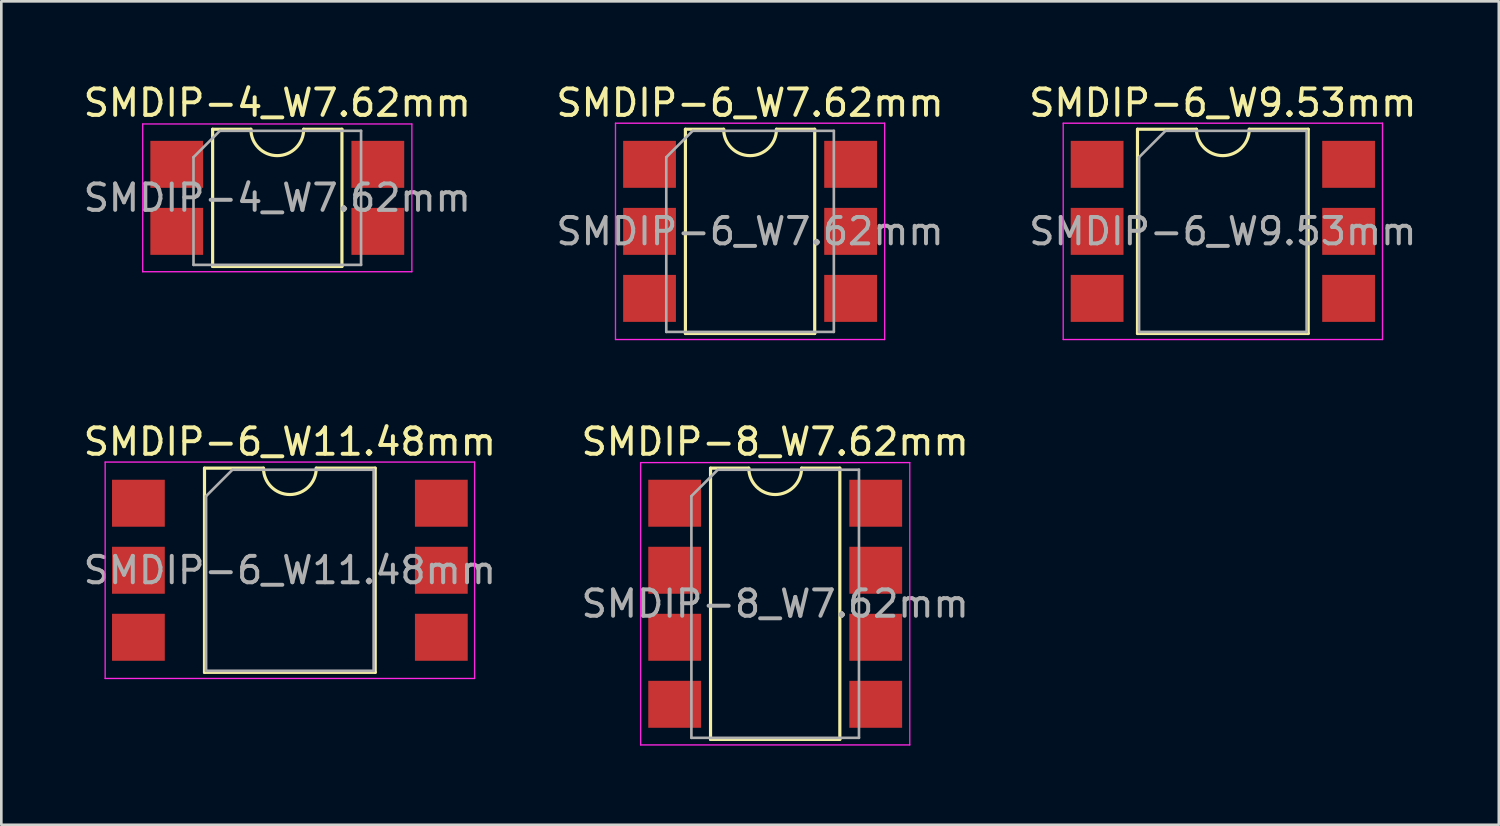
<source format=kicad_pcb>
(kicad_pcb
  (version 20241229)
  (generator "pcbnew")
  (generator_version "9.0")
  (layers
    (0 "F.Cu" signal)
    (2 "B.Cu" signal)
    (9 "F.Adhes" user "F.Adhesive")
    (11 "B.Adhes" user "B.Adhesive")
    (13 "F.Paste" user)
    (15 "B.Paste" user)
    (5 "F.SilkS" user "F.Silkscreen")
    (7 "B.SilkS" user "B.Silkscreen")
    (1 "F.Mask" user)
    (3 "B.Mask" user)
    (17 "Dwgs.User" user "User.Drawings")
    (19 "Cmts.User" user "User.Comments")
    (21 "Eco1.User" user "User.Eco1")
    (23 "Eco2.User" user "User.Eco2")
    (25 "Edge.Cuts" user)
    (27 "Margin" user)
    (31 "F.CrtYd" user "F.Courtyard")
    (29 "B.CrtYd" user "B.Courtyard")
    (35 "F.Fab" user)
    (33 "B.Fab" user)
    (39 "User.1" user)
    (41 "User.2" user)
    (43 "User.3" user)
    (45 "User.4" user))
  (footprint "SMDIP-6_W9.53mm"
    (layer "F.Cu")
    (at 43.292 5.718)
    (property "Reference" "SMDIP-6_W9.53mm" (at 0 -4.87 0) (layer "F.SilkS") (effects (font (size 1 1) (thickness 0.15))))
    (attr smd)
    (fp_line (start -3.235 -3.87) (end -3.235 3.87) (stroke (width 0.12) (type solid)) (layer "F.SilkS"))
    (fp_line (start -3.235 3.87) (end 3.235 3.87) (stroke (width 0.12) (type solid)) (layer "F.SilkS"))
    (fp_line (start -1 -3.87) (end -3.235 -3.87) (stroke (width 0.12) (type solid)) (layer "F.SilkS"))
    (fp_line (start 3.235 -3.87) (end 1 -3.87) (stroke (width 0.12) (type solid)) (layer "F.SilkS"))
    (fp_line (start 3.235 3.87) (end 3.235 -3.87) (stroke (width 0.12) (type solid)) (layer "F.SilkS"))
    (fp_arc (start 1 -3.87) (mid 0 -2.87) (end -1 -3.87) (stroke (width 0.12) (type solid)) (layer "F.SilkS"))
    (fp_line (start -6.05 -4.1) (end -6.05 4.1) (stroke (width 0.05) (type solid)) (layer "F.CrtYd"))
    (fp_line (start -6.05 4.1) (end 6.05 4.1) (stroke (width 0.05) (type solid)) (layer "F.CrtYd"))
    (fp_line (start 6.05 -4.1) (end -6.05 -4.1) (stroke (width 0.05) (type solid)) (layer "F.CrtYd"))
    (fp_line (start 6.05 4.1) (end 6.05 -4.1) (stroke (width 0.05) (type solid)) (layer "F.CrtYd"))
    (fp_line (start -3.175 -2.81) (end -2.175 -3.81) (stroke (width 0.1) (type solid)) (layer "F.Fab"))
    (fp_line (start -3.175 3.81) (end -3.175 -2.81) (stroke (width 0.1) (type solid)) (layer "F.Fab"))
    (fp_line (start -2.175 -3.81) (end 3.175 -3.81) (stroke (width 0.1) (type solid)) (layer "F.Fab"))
    (fp_line (start 3.175 -3.81) (end 3.175 3.81) (stroke (width 0.1) (type solid)) (layer "F.Fab"))
    (fp_line (start 3.175 3.81) (end -3.175 3.81) (stroke (width 0.1) (type solid)) (layer "F.Fab"))
    (fp_text user "${REFERENCE}" (at 0 0 0) (layer "F.Fab") (effects (font (size 1 1) (thickness 0.15))))
    (pad "1" smd rect (at -4.765 -2.54) (size 2 1.78) (layers "F.Cu" "F.Mask" "F.Paste"))
    (pad "2" smd rect (at -4.765 0) (size 2 1.78) (layers "F.Cu" "F.Mask" "F.Paste"))
    (pad "3" smd rect (at -4.765 2.54) (size 2 1.78) (layers "F.Cu" "F.Mask" "F.Paste"))
    (pad "4" smd rect (at 4.765 2.54) (size 2 1.78) (layers "F.Cu" "F.Mask" "F.Paste"))
    (pad "5" smd rect (at 4.765 0) (size 2 1.78) (layers "F.Cu" "F.Mask" "F.Paste"))
    (pad "6" smd rect (at 4.765 -2.54) (size 2 1.78) (layers "F.Cu" "F.Mask" "F.Paste")))
  (footprint "SMDIP-6_W7.62mm"
    (layer "F.Cu")
    (at 25.375 5.718)
    (property "Reference" "SMDIP-6_W7.62mm" (at 0 -4.87 0) (layer "F.SilkS") (effects (font (size 1 1) (thickness 0.15))))
    (attr smd)
    (fp_line (start -2.45 -3.87) (end -2.45 3.87) (stroke (width 0.12) (type solid)) (layer "F.SilkS"))
    (fp_line (start -2.45 3.87) (end 2.45 3.87) (stroke (width 0.12) (type solid)) (layer "F.SilkS"))
    (fp_line (start -1 -3.87) (end -2.45 -3.87) (stroke (width 0.12) (type solid)) (layer "F.SilkS"))
    (fp_line (start 2.45 -3.87) (end 1 -3.87) (stroke (width 0.12) (type solid)) (layer "F.SilkS"))
    (fp_line (start 2.45 3.87) (end 2.45 -3.87) (stroke (width 0.12) (type solid)) (layer "F.SilkS"))
    (fp_arc (start 1 -3.87) (mid 0 -2.87) (end -1 -3.87) (stroke (width 0.12) (type solid)) (layer "F.SilkS"))
    (fp_line (start -5.1 -4.1) (end -5.1 4.1) (stroke (width 0.05) (type solid)) (layer "F.CrtYd"))
    (fp_line (start -5.1 4.1) (end 5.1 4.1) (stroke (width 0.05) (type solid)) (layer "F.CrtYd"))
    (fp_line (start 5.1 -4.1) (end -5.1 -4.1) (stroke (width 0.05) (type solid)) (layer "F.CrtYd"))
    (fp_line (start 5.1 4.1) (end 5.1 -4.1) (stroke (width 0.05) (type solid)) (layer "F.CrtYd"))
    (fp_line (start -3.175 -2.81) (end -2.175 -3.81) (stroke (width 0.1) (type solid)) (layer "F.Fab"))
    (fp_line (start -3.175 3.81) (end -3.175 -2.81) (stroke (width 0.1) (type solid)) (layer "F.Fab"))
    (fp_line (start -2.175 -3.81) (end 3.175 -3.81) (stroke (width 0.1) (type solid)) (layer "F.Fab"))
    (fp_line (start 3.175 -3.81) (end 3.175 3.81) (stroke (width 0.1) (type solid)) (layer "F.Fab"))
    (fp_line (start 3.175 3.81) (end -3.175 3.81) (stroke (width 0.1) (type solid)) (layer "F.Fab"))
    (fp_text user "${REFERENCE}" (at 0 0 0) (layer "F.Fab") (effects (font (size 1 1) (thickness 0.15))))
    (pad "1" smd rect (at -3.81 -2.54) (size 2 1.78) (layers "F.Cu" "F.Mask" "F.Paste"))
    (pad "2" smd rect (at -3.81 0) (size 2 1.78) (layers "F.Cu" "F.Mask" "F.Paste"))
    (pad "3" smd rect (at -3.81 2.54) (size 2 1.78) (layers "F.Cu" "F.Mask" "F.Paste"))
    (pad "4" smd rect (at 3.81 2.54) (size 2 1.78) (layers "F.Cu" "F.Mask" "F.Paste"))
    (pad "5" smd rect (at 3.81 0) (size 2 1.78) (layers "F.Cu" "F.Mask" "F.Paste"))
    (pad "6" smd rect (at 3.81 -2.54) (size 2 1.78) (layers "F.Cu" "F.Mask" "F.Paste")))
  (footprint "SMDIP-4_W7.62mm"
    (layer "F.Cu")
    (at 7.458 4.448)
    (property "Reference" "SMDIP-4_W7.62mm" (at 0 -3.6 0) (layer "F.SilkS") (effects (font (size 1 1) (thickness 0.15))))
    (attr smd)
    (fp_line (start -2.45 -2.6) (end -2.45 2.6) (stroke (width 0.12) (type solid)) (layer "F.SilkS"))
    (fp_line (start -2.45 2.6) (end 2.45 2.6) (stroke (width 0.12) (type solid)) (layer "F.SilkS"))
    (fp_line (start -1 -2.6) (end -2.45 -2.6) (stroke (width 0.12) (type solid)) (layer "F.SilkS"))
    (fp_line (start 2.45 -2.6) (end 1 -2.6) (stroke (width 0.12) (type solid)) (layer "F.SilkS"))
    (fp_line (start 2.45 2.6) (end 2.45 -2.6) (stroke (width 0.12) (type solid)) (layer "F.SilkS"))
    (fp_arc (start 1 -2.6) (mid 0 -1.6) (end -1 -2.6) (stroke (width 0.12) (type solid)) (layer "F.SilkS"))
    (fp_line (start -5.1 -2.8) (end -5.1 2.8) (stroke (width 0.05) (type solid)) (layer "F.CrtYd"))
    (fp_line (start -5.1 2.8) (end 5.1 2.8) (stroke (width 0.05) (type solid)) (layer "F.CrtYd"))
    (fp_line (start 5.1 -2.8) (end -5.1 -2.8) (stroke (width 0.05) (type solid)) (layer "F.CrtYd"))
    (fp_line (start 5.1 2.8) (end 5.1 -2.8) (stroke (width 0.05) (type solid)) (layer "F.CrtYd"))
    (fp_line (start -3.175 -1.54) (end -2.175 -2.54) (stroke (width 0.1) (type solid)) (layer "F.Fab"))
    (fp_line (start -3.175 2.54) (end -3.175 -1.54) (stroke (width 0.1) (type solid)) (layer "F.Fab"))
    (fp_line (start -2.175 -2.54) (end 3.175 -2.54) (stroke (width 0.1) (type solid)) (layer "F.Fab"))
    (fp_line (start 3.175 -2.54) (end 3.175 2.54) (stroke (width 0.1) (type solid)) (layer "F.Fab"))
    (fp_line (start 3.175 2.54) (end -3.175 2.54) (stroke (width 0.1) (type solid)) (layer "F.Fab"))
    (fp_text user "${REFERENCE}" (at 0 0 0) (layer "F.Fab") (effects (font (size 1 1) (thickness 0.15))))
    (pad "1" smd rect (at -3.81 -1.27) (size 2 1.78) (layers "F.Cu" "F.Mask" "F.Paste"))
    (pad "2" smd rect (at -3.81 1.27) (size 2 1.78) (layers "F.Cu" "F.Mask" "F.Paste"))
    (pad "3" smd rect (at 3.81 1.27) (size 2 1.78) (layers "F.Cu" "F.Mask" "F.Paste"))
    (pad "4" smd rect (at 3.81 -1.27) (size 2 1.78) (layers "F.Cu" "F.Mask" "F.Paste")))
  (footprint "SMDIP-8_W7.62mm"
    (layer "F.Cu")
    (at 26.327 19.831)
    (property "Reference" "SMDIP-8_W7.62mm" (at 0 -6.14 0) (layer "F.SilkS") (effects (font (size 1 1) (thickness 0.15))))
    (attr smd)
    (fp_line (start -2.45 -5.14) (end -2.45 5.14) (stroke (width 0.12) (type solid)) (layer "F.SilkS"))
    (fp_line (start -2.45 5.14) (end 2.45 5.14) (stroke (width 0.12) (type solid)) (layer "F.SilkS"))
    (fp_line (start -1 -5.14) (end -2.45 -5.14) (stroke (width 0.12) (type solid)) (layer "F.SilkS"))
    (fp_line (start 2.45 -5.14) (end 1 -5.14) (stroke (width 0.12) (type solid)) (layer "F.SilkS"))
    (fp_line (start 2.45 5.14) (end 2.45 -5.14) (stroke (width 0.12) (type solid)) (layer "F.SilkS"))
    (fp_arc (start 1 -5.14) (mid 0 -4.14) (end -1 -5.14) (stroke (width 0.12) (type solid)) (layer "F.SilkS"))
    (fp_line (start -5.1 -5.35) (end -5.1 5.35) (stroke (width 0.05) (type solid)) (layer "F.CrtYd"))
    (fp_line (start -5.1 5.35) (end 5.1 5.35) (stroke (width 0.05) (type solid)) (layer "F.CrtYd"))
    (fp_line (start 5.1 -5.35) (end -5.1 -5.35) (stroke (width 0.05) (type solid)) (layer "F.CrtYd"))
    (fp_line (start 5.1 5.35) (end 5.1 -5.35) (stroke (width 0.05) (type solid)) (layer "F.CrtYd"))
    (fp_line (start -3.175 -4.08) (end -2.175 -5.08) (stroke (width 0.1) (type solid)) (layer "F.Fab"))
    (fp_line (start -3.175 5.08) (end -3.175 -4.08) (stroke (width 0.1) (type solid)) (layer "F.Fab"))
    (fp_line (start -2.175 -5.08) (end 3.175 -5.08) (stroke (width 0.1) (type solid)) (layer "F.Fab"))
    (fp_line (start 3.175 -5.08) (end 3.175 5.08) (stroke (width 0.1) (type solid)) (layer "F.Fab"))
    (fp_line (start 3.175 5.08) (end -3.175 5.08) (stroke (width 0.1) (type solid)) (layer "F.Fab"))
    (fp_text user "${REFERENCE}" (at 0 0 0) (layer "F.Fab") (effects (font (size 1 1) (thickness 0.15))))
    (pad "1" smd rect (at -3.81 -3.81) (size 2 1.78) (layers "F.Cu" "F.Mask" "F.Paste"))
    (pad "2" smd rect (at -3.81 -1.27) (size 2 1.78) (layers "F.Cu" "F.Mask" "F.Paste"))
    (pad "3" smd rect (at -3.81 1.27) (size 2 1.78) (layers "F.Cu" "F.Mask" "F.Paste"))
    (pad "4" smd rect (at -3.81 3.81) (size 2 1.78) (layers "F.Cu" "F.Mask" "F.Paste"))
    (pad "5" smd rect (at 3.81 3.81) (size 2 1.78) (layers "F.Cu" "F.Mask" "F.Paste"))
    (pad "6" smd rect (at 3.81 1.27) (size 2 1.78) (layers "F.Cu" "F.Mask" "F.Paste"))
    (pad "7" smd rect (at 3.81 -1.27) (size 2 1.78) (layers "F.Cu" "F.Mask" "F.Paste"))
    (pad "8" smd rect (at 3.81 -3.81) (size 2 1.78) (layers "F.Cu" "F.Mask" "F.Paste")))
  (footprint "SMDIP-6_W11.48mm"
    (layer "F.Cu")
    (at 7.935 18.561)
    (property "Reference" "SMDIP-6_W11.48mm" (at 0 -4.87 0) (layer "F.SilkS") (effects (font (size 1 1) (thickness 0.15))))
    (attr smd)
    (fp_line (start -3.235 -3.87) (end -3.235 3.87) (stroke (width 0.12) (type solid)) (layer "F.SilkS"))
    (fp_line (start -3.235 3.87) (end 3.235 3.87) (stroke (width 0.12) (type solid)) (layer "F.SilkS"))
    (fp_line (start -1 -3.87) (end -3.235 -3.87) (stroke (width 0.12) (type solid)) (layer "F.SilkS"))
    (fp_line (start 3.235 -3.87) (end 1 -3.87) (stroke (width 0.12) (type solid)) (layer "F.SilkS"))
    (fp_line (start 3.235 3.87) (end 3.235 -3.87) (stroke (width 0.12) (type solid)) (layer "F.SilkS"))
    (fp_arc (start 1 -3.87) (mid 0 -2.87) (end -1 -3.87) (stroke (width 0.12) (type solid)) (layer "F.SilkS"))
    (fp_line (start -7 -4.1) (end -7 4.1) (stroke (width 0.05) (type solid)) (layer "F.CrtYd"))
    (fp_line (start -7 4.1) (end 7 4.1) (stroke (width 0.05) (type solid)) (layer "F.CrtYd"))
    (fp_line (start 7 -4.1) (end -7 -4.1) (stroke (width 0.05) (type solid)) (layer "F.CrtYd"))
    (fp_line (start 7 4.1) (end 7 -4.1) (stroke (width 0.05) (type solid)) (layer "F.CrtYd"))
    (fp_line (start -3.175 -2.81) (end -2.175 -3.81) (stroke (width 0.1) (type solid)) (layer "F.Fab"))
    (fp_line (start -3.175 3.81) (end -3.175 -2.81) (stroke (width 0.1) (type solid)) (layer "F.Fab"))
    (fp_line (start -2.175 -3.81) (end 3.175 -3.81) (stroke (width 0.1) (type solid)) (layer "F.Fab"))
    (fp_line (start 3.175 -3.81) (end 3.175 3.81) (stroke (width 0.1) (type solid)) (layer "F.Fab"))
    (fp_line (start 3.175 3.81) (end -3.175 3.81) (stroke (width 0.1) (type solid)) (layer "F.Fab"))
    (fp_text user "${REFERENCE}" (at 0 0 0) (layer "F.Fab") (effects (font (size 1 1) (thickness 0.15))))
    (pad "1" smd rect (at -5.74 -2.54) (size 2 1.78) (layers "F.Cu" "F.Mask" "F.Paste"))
    (pad "2" smd rect (at -5.74 0) (size 2 1.78) (layers "F.Cu" "F.Mask" "F.Paste"))
    (pad "3" smd rect (at -5.74 2.54) (size 2 1.78) (layers "F.Cu" "F.Mask" "F.Paste"))
    (pad "4" smd rect (at 5.74 2.54) (size 2 1.78) (layers "F.Cu" "F.Mask" "F.Paste"))
    (pad "5" smd rect (at 5.74 0) (size 2 1.78) (layers "F.Cu" "F.Mask" "F.Paste"))
    (pad "6" smd rect (at 5.74 -2.54) (size 2 1.78) (layers "F.Cu" "F.Mask" "F.Paste")))
  (gr_rect
    (start -3 -3)
    (end 53.75 28.206)
    (stroke (width 0.1) (type default))
    (fill no)
    (layer "Edge.Cuts")))
</source>
